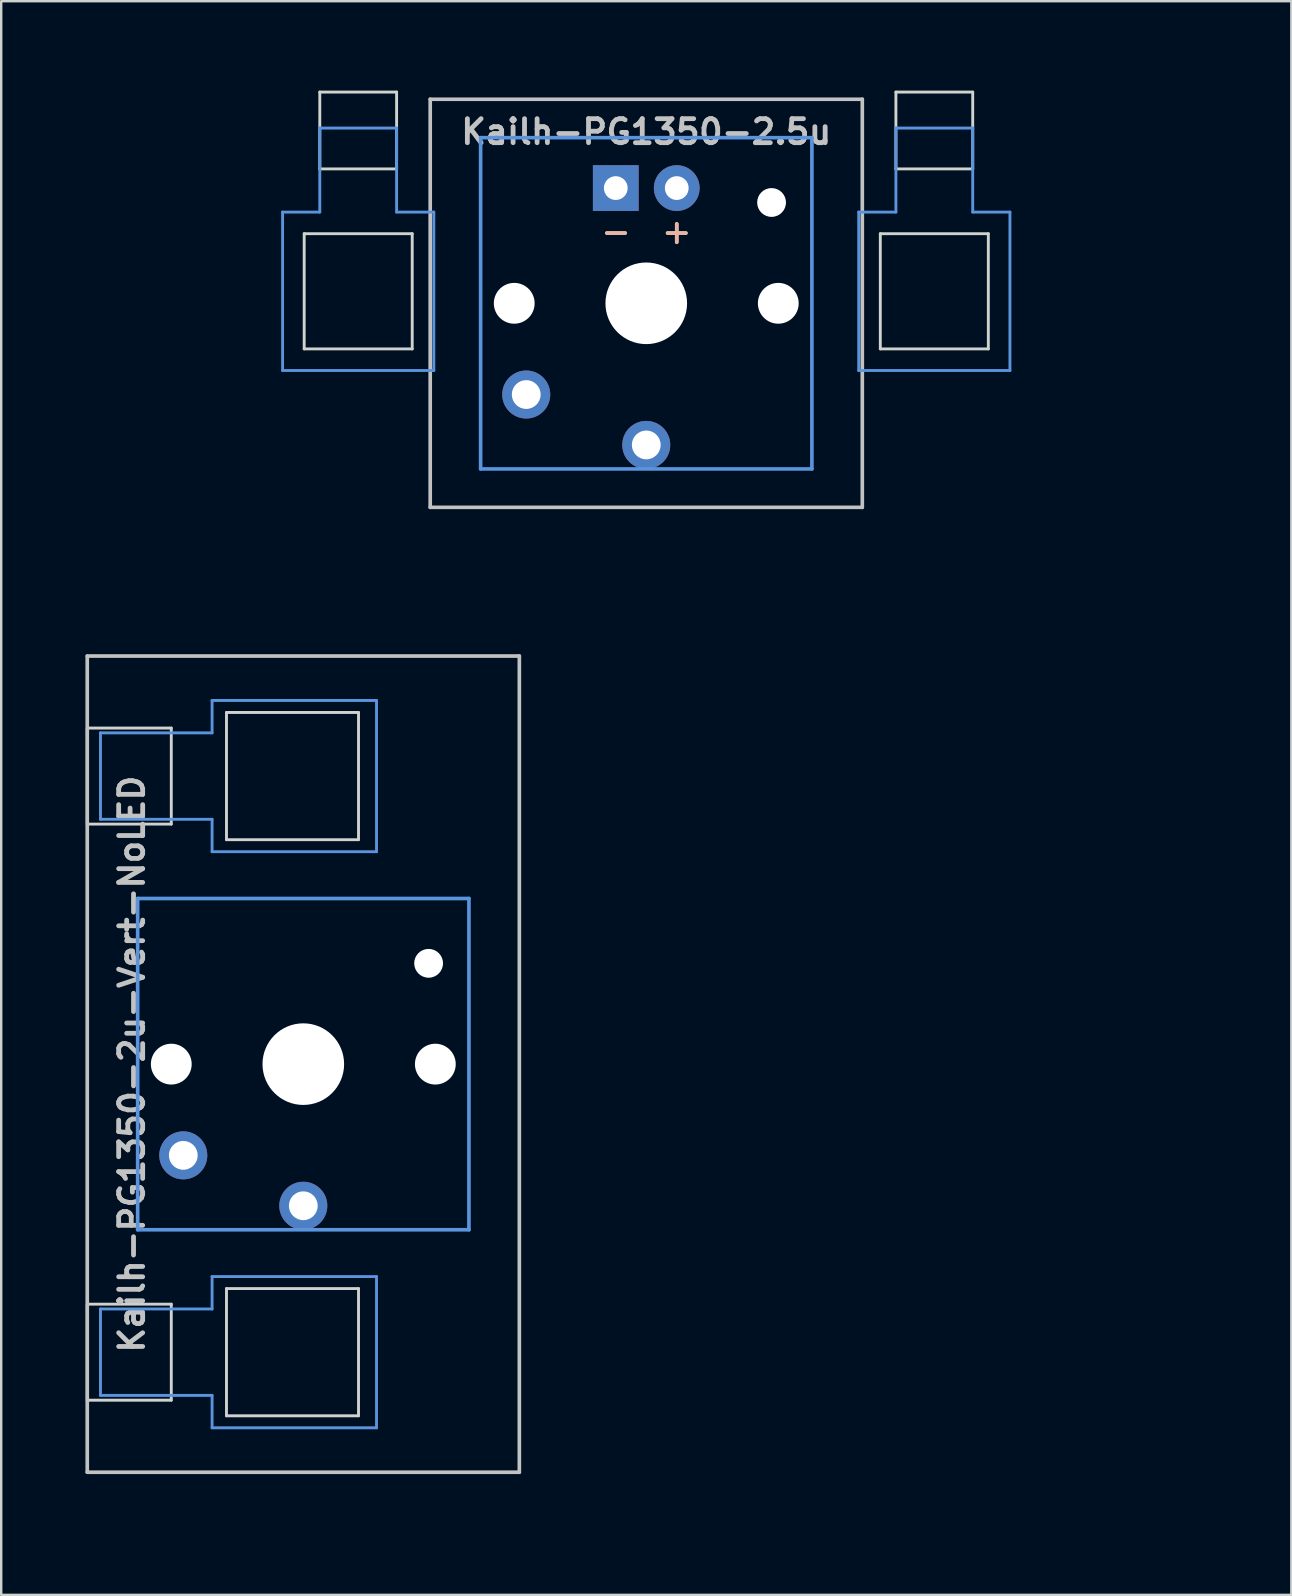
<source format=kicad_pcb>
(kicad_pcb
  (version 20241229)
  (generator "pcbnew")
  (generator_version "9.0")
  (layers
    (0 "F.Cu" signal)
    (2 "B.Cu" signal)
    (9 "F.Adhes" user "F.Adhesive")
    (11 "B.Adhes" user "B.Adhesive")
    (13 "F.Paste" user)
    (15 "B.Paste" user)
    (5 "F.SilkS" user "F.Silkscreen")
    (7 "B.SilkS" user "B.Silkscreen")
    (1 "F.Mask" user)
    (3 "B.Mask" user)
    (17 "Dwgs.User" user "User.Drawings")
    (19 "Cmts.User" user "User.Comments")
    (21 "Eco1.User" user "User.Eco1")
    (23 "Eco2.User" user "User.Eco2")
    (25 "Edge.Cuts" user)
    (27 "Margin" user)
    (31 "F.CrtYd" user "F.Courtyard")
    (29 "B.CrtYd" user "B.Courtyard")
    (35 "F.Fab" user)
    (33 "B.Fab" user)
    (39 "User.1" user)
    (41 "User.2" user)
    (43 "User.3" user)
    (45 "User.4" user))
  (footprint "Kailh-PG1350-2u-Vert-NoLED"
    (layer "F.Cu")
    (at 9.585 41.28)
    (property "Reference" "Kailh-PG1350-2u-Vert-NoLED" (at -7.144 0 270) (layer "Dwgs.User") (effects (font (size 1 1) (thickness 0.2))))
    (attr through_hole)
    (fp_line (start -9 -17) (end 9 -17) (stroke (width 0.152) (type solid)) (layer "Dwgs.User"))
    (fp_line (start -9 17) (end -9 -17) (stroke (width 0.152) (type solid)) (layer "Dwgs.User"))
    (fp_line (start 9 -17) (end 9 17) (stroke (width 0.152) (type solid)) (layer "Dwgs.User"))
    (fp_line (start 9 17) (end -9 17) (stroke (width 0.152) (type solid)) (layer "Dwgs.User"))
    (fp_line (start -8.45 -13.8) (end -3.8 -13.8) (stroke (width 0.12) (type solid)) (layer "Cmts.User"))
    (fp_line (start -8.45 -10.2) (end -8.45 -13.8) (stroke (width 0.12) (type solid)) (layer "Cmts.User"))
    (fp_line (start -8.45 -10.2) (end -3.8 -10.2) (stroke (width 0.12) (type solid)) (layer "Cmts.User"))
    (fp_line (start -8.45 10.2) (end -3.8 10.2) (stroke (width 0.12) (type solid)) (layer "Cmts.User"))
    (fp_line (start -8.45 13.8) (end -8.45 10.2) (stroke (width 0.12) (type solid)) (layer "Cmts.User"))
    (fp_line (start -8.45 13.8) (end -3.8 13.8) (stroke (width 0.12) (type solid)) (layer "Cmts.User"))
    (fp_line (start -6.9 -6.9) (end 6.9 -6.9) (stroke (width 0.152) (type solid)) (layer "Cmts.User"))
    (fp_line (start -6.9 6.9) (end -6.9 -6.9) (stroke (width 0.152) (type solid)) (layer "Cmts.User"))
    (fp_line (start -3.8 -13.8) (end -3.8 -15.15) (stroke (width 0.12) (type solid)) (layer "Cmts.User"))
    (fp_line (start -3.8 -8.85) (end -3.8 -10.2) (stroke (width 0.12) (type solid)) (layer "Cmts.User"))
    (fp_line (start -3.8 10.2) (end -3.8 8.85) (stroke (width 0.12) (type solid)) (layer "Cmts.User"))
    (fp_line (start -3.8 15.15) (end -3.8 13.8) (stroke (width 0.12) (type solid)) (layer "Cmts.User"))
    (fp_line (start 3.05 -15.15) (end -3.8 -15.15) (stroke (width 0.12) (type solid)) (layer "Cmts.User"))
    (fp_line (start 3.05 -8.85) (end -3.8 -8.85) (stroke (width 0.12) (type solid)) (layer "Cmts.User"))
    (fp_line (start 3.05 -8.85) (end 3.05 -15.15) (stroke (width 0.12) (type solid)) (layer "Cmts.User"))
    (fp_line (start 3.05 8.85) (end -3.8 8.85) (stroke (width 0.12) (type solid)) (layer "Cmts.User"))
    (fp_line (start 3.05 15.15) (end -3.8 15.15) (stroke (width 0.12) (type solid)) (layer "Cmts.User"))
    (fp_line (start 3.05 15.15) (end 3.05 8.85) (stroke (width 0.12) (type solid)) (layer "Cmts.User"))
    (fp_line (start 6.9 -6.9) (end 6.9 6.9) (stroke (width 0.152) (type solid)) (layer "Cmts.User"))
    (fp_line (start 6.9 6.9) (end -6.9 6.9) (stroke (width 0.152) (type solid)) (layer "Cmts.User"))
    (fp_line (start -9.525 -19.05) (end 9.525 -19.05) (stroke (width 0.12) (type solid)) (layer "Eco1.User"))
    (fp_line (start -9.525 19.05) (end -9.525 -19.05) (stroke (width 0.12) (type solid)) (layer "Eco1.User"))
    (fp_line (start -9.525 19.05) (end 9.525 19.05) (stroke (width 0.12) (type solid)) (layer "Eco1.User"))
    (fp_line (start 9.525 19.05) (end 9.525 -19.05) (stroke (width 0.12) (type solid)) (layer "Eco1.User"))
    (fp_line (start -7.5 -7.5) (end 7.5 -7.5) (stroke (width 0.152) (type solid)) (layer "Eco2.User"))
    (fp_line (start -7.5 7.5) (end -7.5 -7.5) (stroke (width 0.152) (type solid)) (layer "Eco2.User"))
    (fp_line (start 7.5 -7.5) (end 7.5 7.5) (stroke (width 0.152) (type solid)) (layer "Eco2.User"))
    (fp_line (start 7.5 7.5) (end -7.5 7.5) (stroke (width 0.152) (type solid)) (layer "Eco2.User"))
    (fp_line (start -9 -10) (end -9 -14) (stroke (width 0.12) (type solid)) (layer "Edge.Cuts"))
    (fp_line (start -9 -10) (end -5.5 -10) (stroke (width 0.12) (type solid)) (layer "Edge.Cuts"))
    (fp_line (start -9 14) (end -9 10) (stroke (width 0.12) (type solid)) (layer "Edge.Cuts"))
    (fp_line (start -9 14) (end -5.5 14) (stroke (width 0.12) (type solid)) (layer "Edge.Cuts"))
    (fp_line (start -5.5 -14) (end -9 -14) (stroke (width 0.12) (type solid)) (layer "Edge.Cuts"))
    (fp_line (start -5.5 -10) (end -5.5 -14) (stroke (width 0.12) (type solid)) (layer "Edge.Cuts"))
    (fp_line (start -5.5 10) (end -9 10) (stroke (width 0.12) (type solid)) (layer "Edge.Cuts"))
    (fp_line (start -5.5 14) (end -5.5 10) (stroke (width 0.12) (type solid)) (layer "Edge.Cuts"))
    (fp_line (start -3.2 -9.35) (end -3.2 -14.65) (stroke (width 0.12) (type solid)) (layer "Edge.Cuts"))
    (fp_line (start -3.2 -9.35) (end 2.3 -9.35) (stroke (width 0.12) (type solid)) (layer "Edge.Cuts"))
    (fp_line (start -3.2 14.65) (end -3.2 9.35) (stroke (width 0.12) (type solid)) (layer "Edge.Cuts"))
    (fp_line (start -3.2 14.65) (end 2.3 14.65) (stroke (width 0.12) (type solid)) (layer "Edge.Cuts"))
    (fp_line (start 2.3 -14.65) (end -3.2 -14.65) (stroke (width 0.12) (type solid)) (layer "Edge.Cuts"))
    (fp_line (start 2.3 -9.35) (end 2.3 -14.65) (stroke (width 0.12) (type solid)) (layer "Edge.Cuts"))
    (fp_line (start 2.3 9.35) (end -3.2 9.35) (stroke (width 0.12) (type solid)) (layer "Edge.Cuts"))
    (fp_line (start 2.3 14.65) (end 2.3 9.35) (stroke (width 0.12) (type solid)) (layer "Edge.Cuts"))
    (pad "" np_thru_hole circle (at -5.5 0 180) (size 1.7 1.7) (drill 1.7) (layers "*.Cu" "*.Mask"))
    (pad "" np_thru_hole circle (at 0 0 270) (size 3.4 3.4) (drill 3.4) (layers "*.Cu" "*.Mask"))
    (pad "" np_thru_hole circle (at 5.22 -4.2 180) (size 1.2 1.2) (drill 1.2) (layers "*.Cu" "*.Mask"))
    (pad "" np_thru_hole circle (at 5.5 0 180) (size 1.7 1.7) (drill 1.7) (layers "*.Cu" "*.Mask"))
    (pad "1" thru_hole circle (at 0 5.9 180) (size 2 2) (drill 1.2) (layers "*.Cu" "*.Mask"))
    (pad "2" thru_hole circle (at -5 3.8 41.9) (size 2 2) (drill 1.2) (layers "*.Cu" "*.Mask")))
  (footprint "Kailh-PG1350-2.5u"
    (layer "F.Cu")
    (at 23.872 9.585)
    (property "Reference" "Kailh-PG1350-2.5u" (at 0 -7.144 180) (layer "Dwgs.User") (effects (font (size 1 1) (thickness 0.2))))
    (attr through_hole)
    (fp_line (start -9 -8.5) (end 9 -8.5) (stroke (width 0.152) (type solid)) (layer "Dwgs.User"))
    (fp_line (start -9 8.5) (end -9 -8.5) (stroke (width 0.152) (type solid)) (layer "Dwgs.User"))
    (fp_line (start 9 -8.5) (end 9 8.5) (stroke (width 0.152) (type solid)) (layer "Dwgs.User"))
    (fp_line (start 9 8.5) (end -9 8.5) (stroke (width 0.152) (type solid)) (layer "Dwgs.User"))
    (fp_line (start -15.15 -3.8) (end -13.6 -3.8) (stroke (width 0.12) (type solid)) (layer "Cmts.User"))
    (fp_line (start -15.15 2.8) (end -15.15 -3.8) (stroke (width 0.12) (type solid)) (layer "Cmts.User"))
    (fp_line (start -15.15 2.8) (end -8.85 2.8) (stroke (width 0.12) (type solid)) (layer "Cmts.User"))
    (fp_line (start -13.6 -7.3) (end -13.6 -3.8) (stroke (width 0.12) (type solid)) (layer "Cmts.User"))
    (fp_line (start -13.6 -7.3) (end -10.4 -7.3) (stroke (width 0.12) (type solid)) (layer "Cmts.User"))
    (fp_line (start -10.4 -7.3) (end -10.4 -3.8) (stroke (width 0.12) (type solid)) (layer "Cmts.User"))
    (fp_line (start -10.4 -3.8) (end -8.85 -3.8) (stroke (width 0.12) (type solid)) (layer "Cmts.User"))
    (fp_line (start -8.85 2.8) (end -8.85 -3.8) (stroke (width 0.12) (type solid)) (layer "Cmts.User"))
    (fp_line (start -6.9 -6.9) (end 6.9 -6.9) (stroke (width 0.152) (type solid)) (layer "Cmts.User"))
    (fp_line (start -6.9 6.9) (end -6.9 -6.9) (stroke (width 0.152) (type solid)) (layer "Cmts.User"))
    (fp_line (start 6.9 -6.9) (end 6.9 6.9) (stroke (width 0.152) (type solid)) (layer "Cmts.User"))
    (fp_line (start 6.9 6.9) (end -6.9 6.9) (stroke (width 0.152) (type solid)) (layer "Cmts.User"))
    (fp_line (start 8.85 -3.8) (end 10.4 -3.8) (stroke (width 0.12) (type solid)) (layer "Cmts.User"))
    (fp_line (start 8.85 2.8) (end 8.85 -3.8) (stroke (width 0.12) (type solid)) (layer "Cmts.User"))
    (fp_line (start 8.85 2.8) (end 15.15 2.8) (stroke (width 0.12) (type solid)) (layer "Cmts.User"))
    (fp_line (start 10.4 -7.3) (end 10.4 -3.8) (stroke (width 0.12) (type solid)) (layer "Cmts.User"))
    (fp_line (start 10.4 -7.3) (end 13.6 -7.3) (stroke (width 0.12) (type solid)) (layer "Cmts.User"))
    (fp_line (start 13.6 -7.3) (end 13.6 -3.8) (stroke (width 0.12) (type solid)) (layer "Cmts.User"))
    (fp_line (start 13.6 -3.8) (end 15.15 -3.8) (stroke (width 0.12) (type solid)) (layer "Cmts.User"))
    (fp_line (start 15.15 2.8) (end 15.15 -3.8) (stroke (width 0.12) (type solid)) (layer "Cmts.User"))
    (fp_line (start -23.812 -9.525) (end -23.812 9.525) (stroke (width 0.12) (type solid)) (layer "Eco1.User"))
    (fp_line (start -23.812 -9.525) (end 23.812 -9.525) (stroke (width 0.12) (type solid)) (layer "Eco1.User"))
    (fp_line (start -23.812 9.525) (end 23.812 9.525) (stroke (width 0.12) (type solid)) (layer "Eco1.User"))
    (fp_line (start 23.812 -9.525) (end 23.812 9.525) (stroke (width 0.12) (type solid)) (layer "Eco1.User"))
    (fp_line (start -7.5 -7.5) (end 7.5 -7.5) (stroke (width 0.152) (type solid)) (layer "Eco2.User"))
    (fp_line (start -7.5 7.5) (end -7.5 -7.5) (stroke (width 0.152) (type solid)) (layer "Eco2.User"))
    (fp_line (start 7.5 -7.5) (end 7.5 7.5) (stroke (width 0.152) (type solid)) (layer "Eco2.User"))
    (fp_line (start 7.5 7.5) (end -7.5 7.5) (stroke (width 0.152) (type solid)) (layer "Eco2.User"))
    (fp_line (start -14.25 -2.9) (end -14.25 1.9) (stroke (width 0.12) (type solid)) (layer "Edge.Cuts"))
    (fp_line (start -14.25 -2.9) (end -9.75 -2.9) (stroke (width 0.12) (type solid)) (layer "Edge.Cuts"))
    (fp_line (start -14.25 1.9) (end -9.75 1.9) (stroke (width 0.12) (type solid)) (layer "Edge.Cuts"))
    (fp_line (start -13.6 -8.8) (end -13.6 -5.6) (stroke (width 0.12) (type solid)) (layer "Edge.Cuts"))
    (fp_line (start -13.6 -8.8) (end -10.4 -8.8) (stroke (width 0.12) (type solid)) (layer "Edge.Cuts"))
    (fp_line (start -13.6 -5.6) (end -10.4 -5.6) (stroke (width 0.12) (type solid)) (layer "Edge.Cuts"))
    (fp_line (start -10.4 -5.6) (end -10.4 -8.8) (stroke (width 0.12) (type solid)) (layer "Edge.Cuts"))
    (fp_line (start -9.75 1.9) (end -9.75 -2.9) (stroke (width 0.12) (type solid)) (layer "Edge.Cuts"))
    (fp_line (start 9.75 -2.9) (end 9.75 1.9) (stroke (width 0.12) (type solid)) (layer "Edge.Cuts"))
    (fp_line (start 9.75 -2.9) (end 14.25 -2.9) (stroke (width 0.12) (type solid)) (layer "Edge.Cuts"))
    (fp_line (start 9.75 1.9) (end 14.25 1.9) (stroke (width 0.12) (type solid)) (layer "Edge.Cuts"))
    (fp_line (start 10.4 -8.8) (end 10.4 -5.6) (stroke (width 0.12) (type solid)) (layer "Edge.Cuts"))
    (fp_line (start 10.4 -8.8) (end 13.6 -8.8) (stroke (width 0.12) (type solid)) (layer "Edge.Cuts"))
    (fp_line (start 10.4 -5.6) (end 13.6 -5.6) (stroke (width 0.12) (type solid)) (layer "Edge.Cuts"))
    (fp_line (start 13.6 -5.6) (end 13.6 -8.8) (stroke (width 0.12) (type solid)) (layer "Edge.Cuts"))
    (fp_line (start 14.25 1.9) (end 14.25 -2.9) (stroke (width 0.12) (type solid)) (layer "Edge.Cuts"))
    (fp_text user "-" (at -1.26 -3 180) (layer "F.SilkS") (effects (font (size 1 1) (thickness 0.15))))
    (fp_text user "+" (at 1.27 -3 180) (layer "F.SilkS") (effects (font (size 1 1) (thickness 0.15))))
    (fp_text user "+" (at 1.27 -3 180) (layer "B.SilkS") (effects (font (size 1 1) (thickness 0.15)) (justify mirror)))
    (fp_text user "-" (at -1.26 -3 180) (layer "B.SilkS") (effects (font (size 1 1) (thickness 0.15)) (justify mirror)))
    (pad "" np_thru_hole circle (at -5.5 0 180) (size 1.7 1.7) (drill 1.7) (layers "*.Cu" "*.Mask"))
    (pad "" np_thru_hole circle (at 0 0 180) (size 3.4 3.4) (drill 3.4) (layers "*.Cu" "*.Mask"))
    (pad "" np_thru_hole circle (at 5.22 -4.2 180) (size 1.2 1.2) (drill 1.2) (layers "*.Cu" "*.Mask"))
    (pad "" np_thru_hole circle (at 5.5 0 180) (size 1.7 1.7) (drill 1.7) (layers "*.Cu" "*.Mask"))
    (pad "1" thru_hole circle (at 0 5.9 180) (size 2 2) (drill 1.2) (layers "*.Cu" "*.Mask"))
    (pad "2" thru_hole circle (at -5 3.8 41.9) (size 2 2) (drill 1.2) (layers "*.Cu" "*.Mask"))
    (pad "3" thru_hole circle (at 1.27 -4.8 180) (size 1.905 1.905) (drill 0.991) (layers "*.Cu" "*.Mask"))
    (pad "4" thru_hole rect (at -1.27 -4.8 180) (size 1.905 1.905) (drill 0.991) (layers "*.Cu" "*.Mask")))
  (gr_rect
    (start -3 -3)
    (end 50.745 63.39)
    (stroke (width 0.1) (type default))
    (fill no)
    (layer "Edge.Cuts")))
</source>
